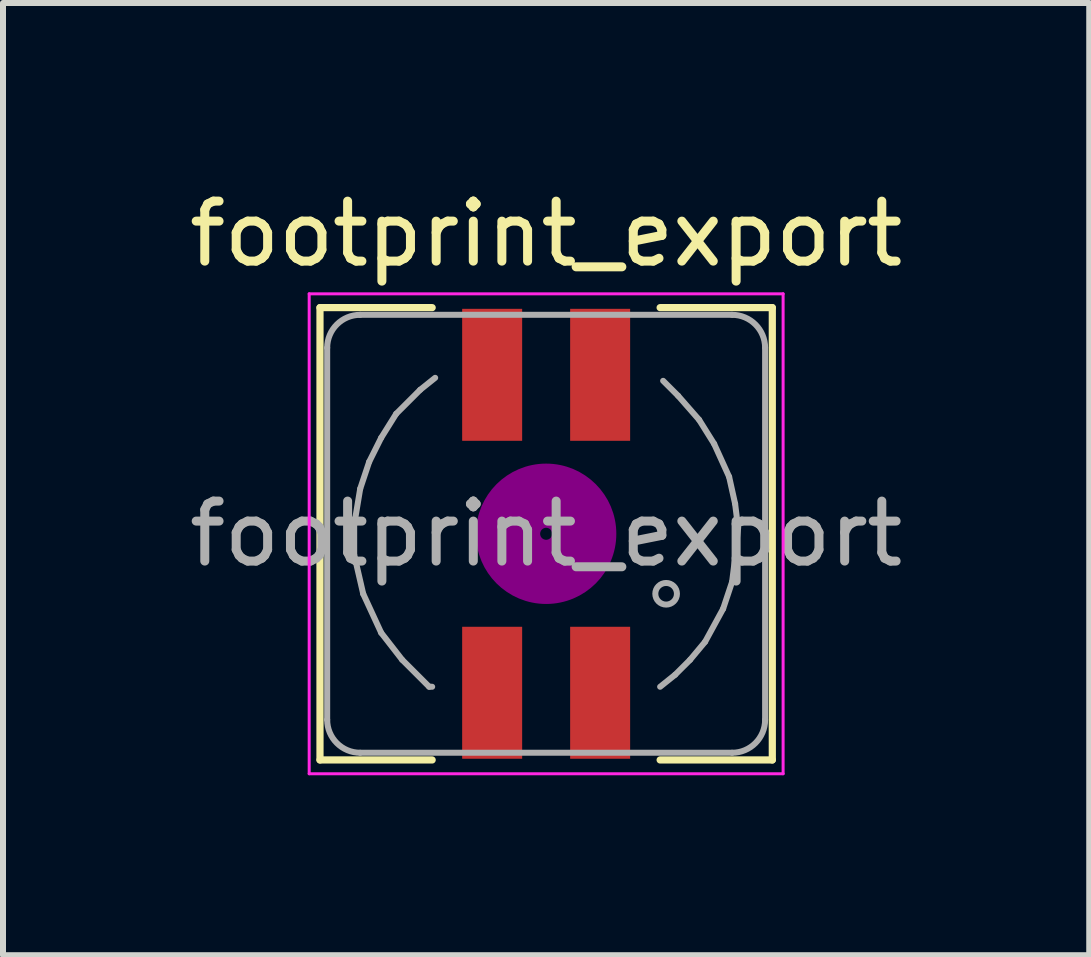
<source format=kicad_pcb>
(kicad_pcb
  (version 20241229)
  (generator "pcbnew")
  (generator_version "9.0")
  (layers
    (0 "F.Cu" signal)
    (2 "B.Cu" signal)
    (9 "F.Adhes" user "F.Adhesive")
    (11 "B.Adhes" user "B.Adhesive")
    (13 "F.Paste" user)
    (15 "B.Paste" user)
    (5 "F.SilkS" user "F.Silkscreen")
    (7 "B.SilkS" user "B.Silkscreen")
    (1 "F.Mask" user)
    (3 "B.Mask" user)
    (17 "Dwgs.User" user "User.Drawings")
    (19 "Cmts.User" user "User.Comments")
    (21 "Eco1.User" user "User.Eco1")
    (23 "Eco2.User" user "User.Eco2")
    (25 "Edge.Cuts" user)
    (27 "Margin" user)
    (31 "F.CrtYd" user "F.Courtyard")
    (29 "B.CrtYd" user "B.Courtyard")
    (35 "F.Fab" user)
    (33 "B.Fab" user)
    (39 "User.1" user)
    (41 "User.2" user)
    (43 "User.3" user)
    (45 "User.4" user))
  (footprint "footprint_export"
    (layer "F.Cu")
    (at 6.054 5.848)
    (property "Reference" "footprint_export" (at 0 -5 0) (layer "F.SilkS") (effects (font (size 1 1) (thickness 0.15))))
    (attr smd)
    (fp_line (start -3.77 -3.77) (end -1.9 -3.77) (stroke (width 0.12) (type solid)) (layer "F.SilkS"))
    (fp_line (start -3.77 3.77) (end -3.77 -3.77) (stroke (width 0.12) (type solid)) (layer "F.SilkS"))
    (fp_line (start -1.9 3.77) (end -3.77 3.77) (stroke (width 0.12) (type solid)) (layer "F.SilkS"))
    (fp_line (start 1.9 -3.77) (end 3.77 -3.77) (stroke (width 0.12) (type solid)) (layer "F.SilkS"))
    (fp_line (start 3.77 -3.77) (end 3.77 3.77) (stroke (width 0.12) (type solid)) (layer "F.SilkS"))
    (fp_line (start 3.77 3.77) (end 1.9 3.77) (stroke (width 0.12) (type solid)) (layer "F.SilkS"))
    (fp_circle (center 0 0) (end 0.1 0) (stroke (width 0.3) (type solid)) (fill no) (layer "F.Adhes"))
    (fp_circle (center 0 0) (end 0.3 -0.1) (stroke (width 0.3) (type solid)) (fill no) (layer "F.Adhes"))
    (fp_circle (center 0 0) (end 0.6 0) (stroke (width 0.3) (type solid)) (fill no) (layer "F.Adhes"))
    (fp_circle (center 0 0) (end 0.8 -0.1) (stroke (width 0.3) (type solid)) (fill no) (layer "F.Adhes"))
    (fp_circle (center 0 0) (end 1 -0.2) (stroke (width 0.3) (type solid)) (fill no) (layer "F.Adhes"))
    (fp_circle (center 0.8 0) (end 0.8 0) (stroke (width 0.3) (type solid)) (fill no) (layer "F.Adhes"))
    (fp_line (start -3.95 -4) (end 3.95 -4) (stroke (width 0.05) (type solid)) (layer "F.CrtYd"))
    (fp_line (start -3.95 4) (end -3.95 -4) (stroke (width 0.05) (type solid)) (layer "F.CrtYd"))
    (fp_line (start 3.95 -4) (end 3.95 4) (stroke (width 0.05) (type solid)) (layer "F.CrtYd"))
    (fp_line (start 3.95 4) (end -3.95 4) (stroke (width 0.05) (type solid)) (layer "F.CrtYd"))
    (fp_line (start -3.65 -3.1) (end -3.65 3.1) (stroke (width 0.1) (type solid)) (layer "F.Fab"))
    (fp_line (start -3.2 -0.15) (end -3.2 0.35) (stroke (width 0.1) (type solid)) (layer "F.Fab"))
    (fp_line (start -3.2 0.35) (end -3.05 1) (stroke (width 0.1) (type solid)) (layer "F.Fab"))
    (fp_line (start -3.1 -0.75) (end -3.2 -0.15) (stroke (width 0.1) (type solid)) (layer "F.Fab"))
    (fp_line (start -3.1 3.65) (end 3.1 3.65) (stroke (width 0.1) (type solid)) (layer "F.Fab"))
    (fp_line (start -3.05 1) (end -2.75 1.65) (stroke (width 0.1) (type solid)) (layer "F.Fab"))
    (fp_line (start -2.95 -1.2) (end -3.1 -0.75) (stroke (width 0.1) (type solid)) (layer "F.Fab"))
    (fp_line (start -2.75 -1.6) (end -2.95 -1.2) (stroke (width 0.1) (type solid)) (layer "F.Fab"))
    (fp_line (start -2.75 1.65) (end -2.4 2.1) (stroke (width 0.1) (type solid)) (layer "F.Fab"))
    (fp_line (start -2.5 -2) (end -2.75 -1.6) (stroke (width 0.1) (type solid)) (layer "F.Fab"))
    (fp_line (start -2.4 2.1) (end -1.95 2.55) (stroke (width 0.1) (type solid)) (layer "F.Fab"))
    (fp_line (start -2.1 -2.4) (end -2.5 -2) (stroke (width 0.1) (type solid)) (layer "F.Fab"))
    (fp_line (start -1.95 2.55) (end -1.9 2.55) (stroke (width 0.1) (type solid)) (layer "F.Fab"))
    (fp_line (start -1.85 -2.6) (end -2.1 -2.4) (stroke (width 0.1) (type solid)) (layer "F.Fab"))
    (fp_line (start 1.95 -2.55) (end 2.2 -2.3) (stroke (width 0.1) (type solid)) (layer "F.Fab"))
    (fp_line (start 2.15 2.35) (end 1.9 2.55) (stroke (width 0.1) (type solid)) (layer "F.Fab"))
    (fp_line (start 2.2 -2.3) (end 2.55 -1.9) (stroke (width 0.1) (type solid)) (layer "F.Fab"))
    (fp_line (start 2.4 2.1) (end 2.15 2.35) (stroke (width 0.1) (type solid)) (layer "F.Fab"))
    (fp_line (start 2.55 -1.9) (end 2.8 -1.5) (stroke (width 0.1) (type solid)) (layer "F.Fab"))
    (fp_line (start 2.65 1.8) (end 2.4 2.1) (stroke (width 0.1) (type solid)) (layer "F.Fab"))
    (fp_line (start 2.8 -1.5) (end 3.05 -0.95) (stroke (width 0.1) (type solid)) (layer "F.Fab"))
    (fp_line (start 2.95 1.25) (end 2.65 1.8) (stroke (width 0.1) (type solid)) (layer "F.Fab"))
    (fp_line (start 3.05 -0.95) (end 3.15 -0.5) (stroke (width 0.1) (type solid)) (layer "F.Fab"))
    (fp_line (start 3.1 -3.65) (end -3.1 -3.65) (stroke (width 0.1) (type solid)) (layer "F.Fab"))
    (fp_line (start 3.1 0.8) (end 2.95 1.25) (stroke (width 0.1) (type solid)) (layer "F.Fab"))
    (fp_line (start 3.15 -0.5) (end 3.2 -0.1) (stroke (width 0.1) (type solid)) (layer "F.Fab"))
    (fp_line (start 3.15 0.4) (end 3.1 0.8) (stroke (width 0.1) (type solid)) (layer "F.Fab"))
    (fp_line (start 3.2 -0.1) (end 3.15 0.35) (stroke (width 0.1) (type solid)) (layer "F.Fab"))
    (fp_line (start 3.65 -3.1) (end 3.65 3.1) (stroke (width 0.1) (type solid)) (layer "F.Fab"))
    (fp_arc (start -3.65 -3.1) (mid -3.488909 -3.488909) (end -3.1 -3.65) (stroke (width 0.1) (type solid)) (layer "F.Fab"))
    (fp_arc (start -3.1 3.65) (mid -3.488909 3.488909) (end -3.65 3.1) (stroke (width 0.1) (type solid)) (layer "F.Fab"))
    (fp_arc (start 3.1 -3.65) (mid 3.488909 -3.488909) (end 3.65 -3.1) (stroke (width 0.1) (type solid)) (layer "F.Fab"))
    (fp_arc (start 3.65 3.1) (mid 3.488909 3.488909) (end 3.1 3.65) (stroke (width 0.1) (type solid)) (layer "F.Fab"))
    (fp_circle (center 2 1) (end 2.15 0.9) (stroke (width 0.1) (type solid)) (fill no) (layer "F.Fab"))
    (fp_text user "${REFERENCE}" (at 0 0 0) (layer "F.Fab") (effects (font (size 1 1) (thickness 0.15))))
    (pad "1" smd rect (at -0.9 2.65) (size 1 2.2) (layers "F.Cu" "F.Mask" "F.Paste"))
    (pad "2" smd rect (at -0.9 -2.65) (size 1 2.2) (layers "F.Cu" "F.Mask" "F.Paste"))
    (pad "3" smd rect (at 0.9 -2.65) (size 1 2.2) (layers "F.Cu" "F.Mask" "F.Paste"))
    (pad "4" smd rect (at 0.9 2.65) (size 1 2.2) (layers "F.Cu" "F.Mask" "F.Paste")))
  (gr_rect
    (start -3 -3)
    (end 15.107 12.873)
    (stroke (width 0.1) (type default))
    (fill no)
    (layer "Edge.Cuts")))
</source>
